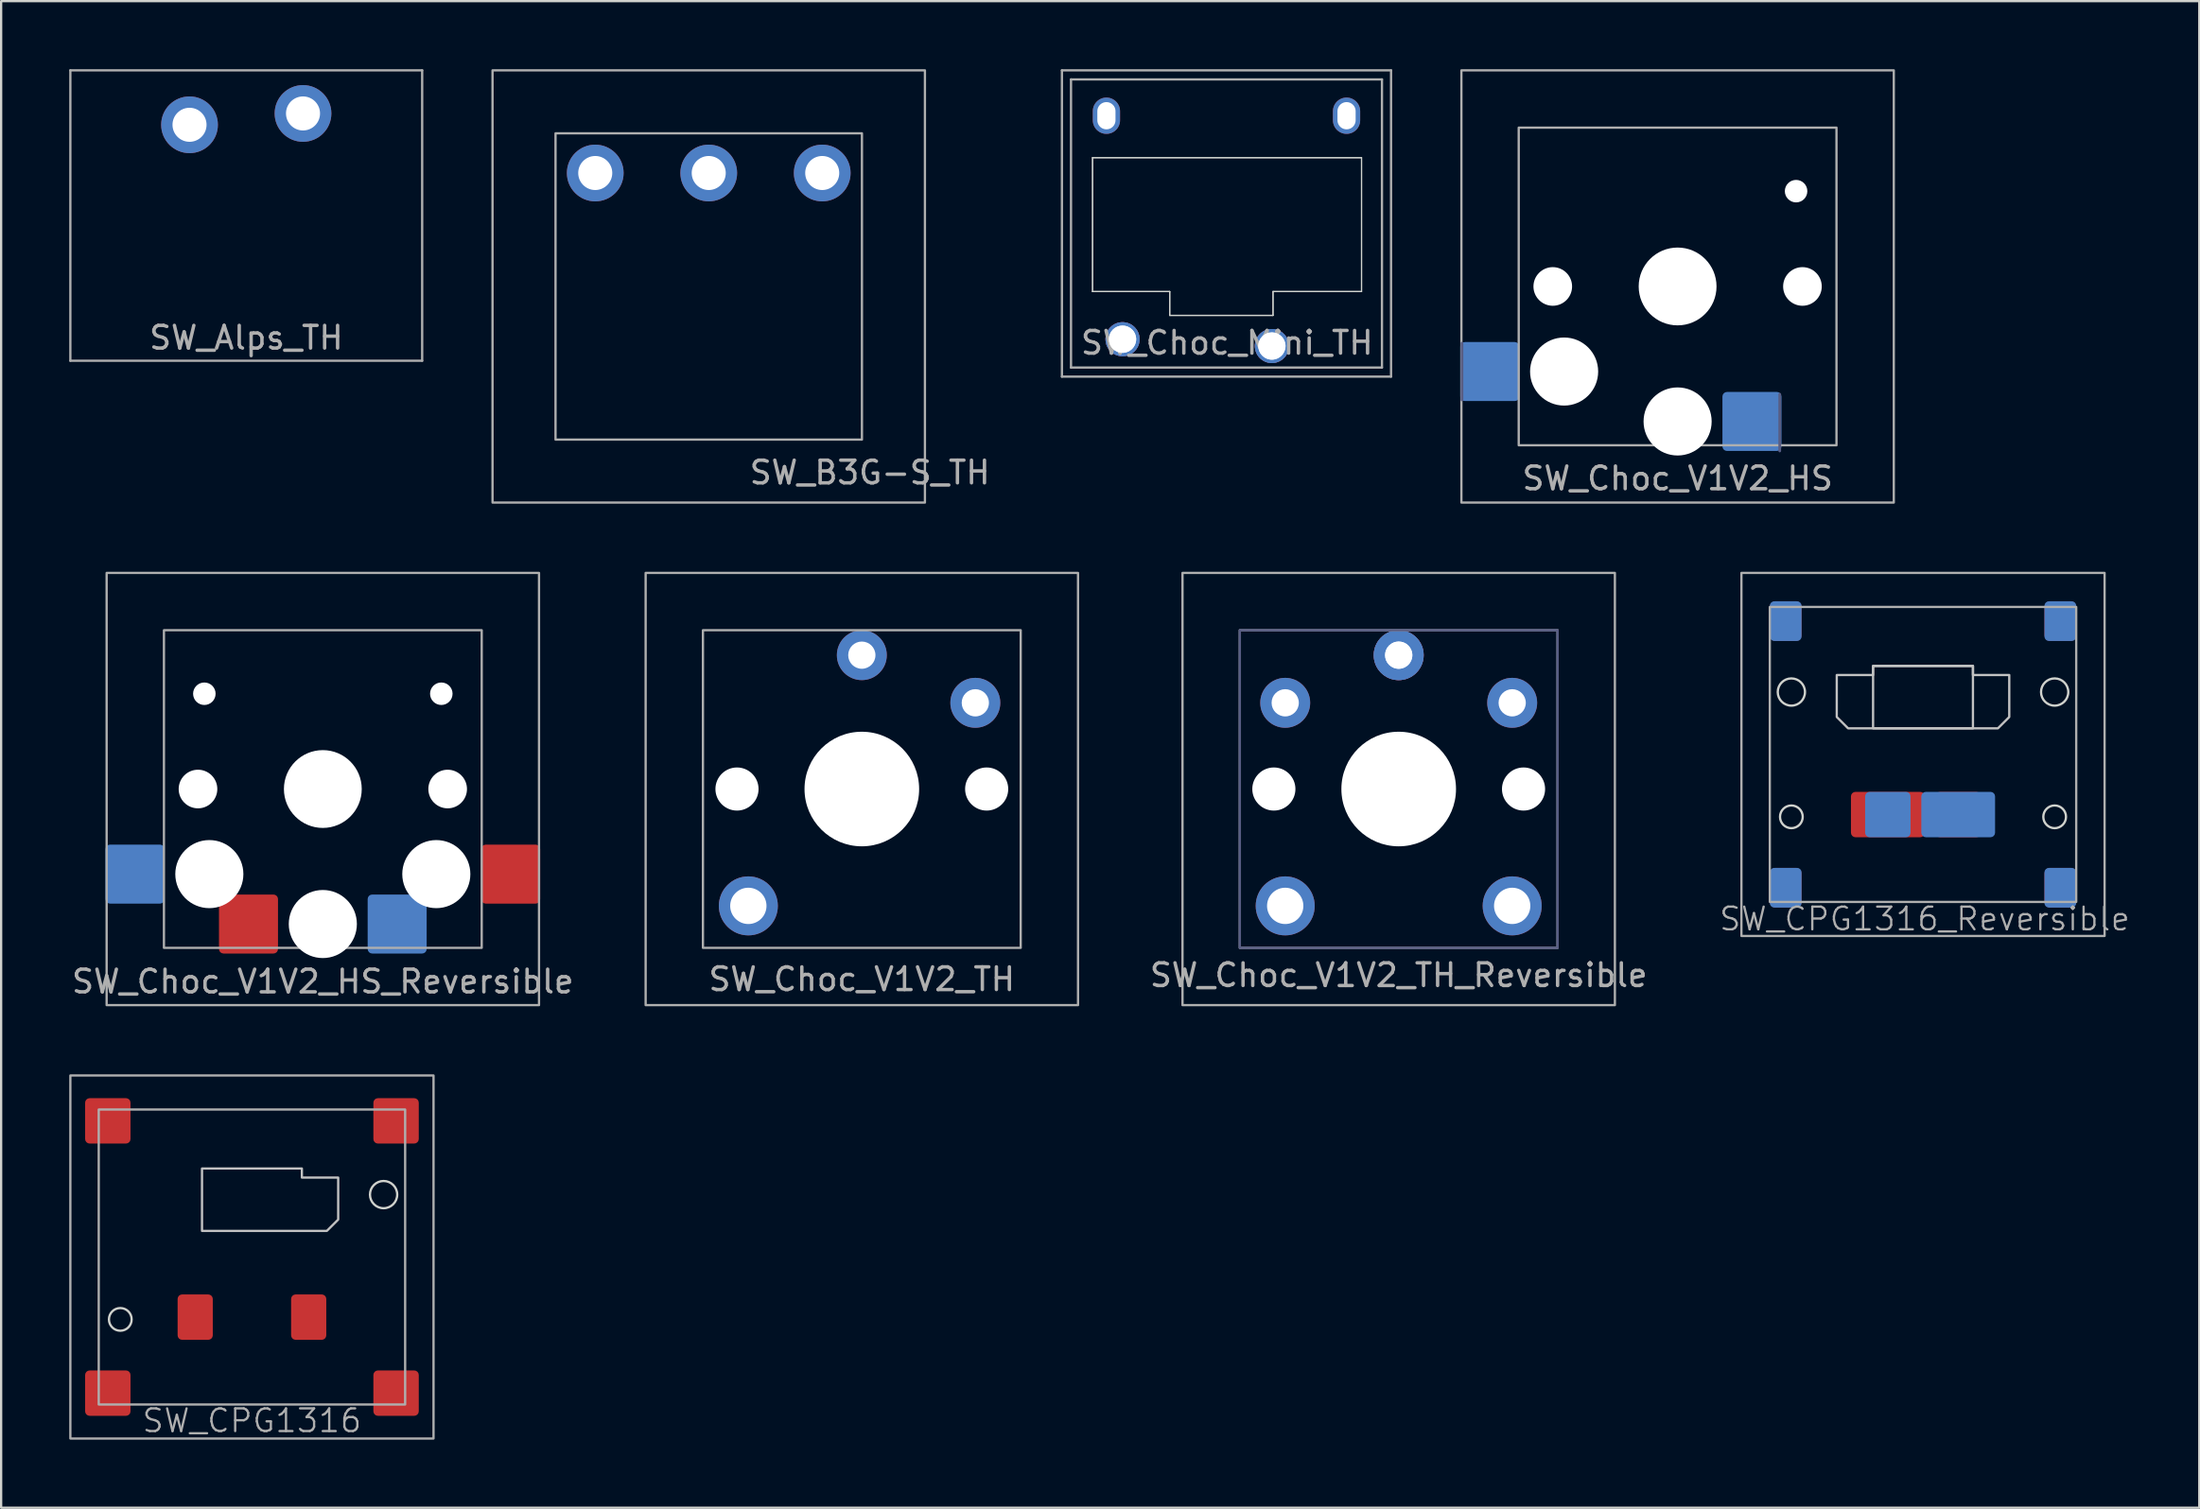
<source format=kicad_pcb>
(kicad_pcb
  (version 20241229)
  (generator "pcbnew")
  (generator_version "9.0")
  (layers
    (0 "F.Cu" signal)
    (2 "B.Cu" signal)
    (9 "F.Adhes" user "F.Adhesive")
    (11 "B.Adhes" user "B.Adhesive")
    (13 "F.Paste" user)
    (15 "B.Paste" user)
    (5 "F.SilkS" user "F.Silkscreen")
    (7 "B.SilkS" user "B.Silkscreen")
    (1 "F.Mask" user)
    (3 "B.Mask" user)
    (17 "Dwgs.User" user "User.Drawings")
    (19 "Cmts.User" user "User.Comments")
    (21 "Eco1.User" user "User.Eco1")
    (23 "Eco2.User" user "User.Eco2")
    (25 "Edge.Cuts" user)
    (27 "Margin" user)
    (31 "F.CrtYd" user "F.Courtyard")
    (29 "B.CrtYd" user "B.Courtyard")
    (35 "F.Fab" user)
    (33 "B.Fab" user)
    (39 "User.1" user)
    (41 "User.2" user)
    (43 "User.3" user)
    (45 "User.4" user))
  (footprint "SW_Alps_TH"
    (layer "F.Cu")
    (at 7.8 6.45)
    (property "Reference" "SW_Alps_TH" (at 0 5.385 0) (layer "F.Fab") (effects (font (size 1 1) (thickness 0.15))))
    (attr through_hole)
    (fp_line (start -7.75 -6.4) (end -7.75 6.4) (stroke (width 0.1) (type solid)) (layer "Eco1.User"))
    (fp_line (start -7.75 6.4) (end 7.75 6.4) (stroke (width 0.1) (type solid)) (layer "Eco1.User"))
    (fp_line (start 7.75 -6.4) (end -7.75 -6.4) (stroke (width 0.1) (type solid)) (layer "Eco1.User"))
    (fp_line (start 7.75 6.4) (end 7.75 -6.4) (stroke (width 0.1) (type solid)) (layer "Eco1.User"))
    (fp_line (start -7.75 -6.4) (end -7.75 6.4) (stroke (width 0.1) (type solid)) (layer "F.Fab"))
    (fp_line (start -7.75 6.4) (end 7.75 6.4) (stroke (width 0.1) (type solid)) (layer "F.Fab"))
    (fp_line (start 7.75 -6.4) (end -7.75 -6.4) (stroke (width 0.1) (type solid)) (layer "F.Fab"))
    (fp_line (start 7.75 6.4) (end 7.75 -6.4) (stroke (width 0.1) (type solid)) (layer "F.Fab"))
    (pad "1" thru_hole circle (at -2.5 -4) (size 2.5 2.5) (drill 1.5) (layers "*.Cu" "*.Mask"))
    (pad "2" thru_hole circle (at 2.5 -4.5) (size 2.5 2.5) (drill 1.5) (layers "*.Cu" "*.Mask")))
  (footprint "SW_Choc_V1V2_HS"
    (layer "F.Cu")
    (at 70.861 9.575)
    (property "Reference" "SW_Choc_V1V2_HS" (at 0 8.458 0) (layer "F.Fab") (effects (font (size 1 1) (thickness 0.15))))
    (attr smd)
    (fp_line (start -9.5 5) (end -9.5 2.5) (stroke (width 0.12) (type solid)) (layer "B.Fab"))
    (fp_line (start 4.5 4.75) (end 4.5 7.25) (stroke (width 0.12) (type solid)) (layer "B.Fab"))
    (fp_rect (start -9.525 -9.525) (end 9.525 9.525) (stroke (width 0.1) (type solid)) (fill no) (layer "F.Fab"))
    (fp_rect (start -7 -7) (end 7 7) (stroke (width 0.1) (type solid)) (fill no) (layer "F.Fab"))
    (pad "" np_thru_hole circle (at -5.5 0) (size 1.702 1.702) (drill 1.702) (layers "*.Cu" "*.Mask"))
    (pad "" np_thru_hole circle (at -5 3.75) (size 3 3) (drill 3) (layers "*.Cu" "*.Mask"))
    (pad "" np_thru_hole circle (at 0 0) (size 3.429 3.429) (drill 3.429) (layers "*.Cu" "*.Mask"))
    (pad "" np_thru_hole circle (at 0 5.95) (size 3 3) (drill 3) (layers "*.Cu" "*.Mask"))
    (pad "" np_thru_hole circle (at 5.22 -4.2) (size 0.991 0.991) (drill 0.991) (layers "*.Cu" "*.Mask"))
    (pad "" np_thru_hole circle (at 5.5 0) (size 1.702 1.702) (drill 1.702) (layers "*.Cu" "*.Mask"))
    (pad "1" smd roundrect (at 3.275 5.95) (size 2.6 2.6) (layers "B.Cu" "B.Mask" "B.Paste") (roundrect_rratio 0.077))
    (pad "2" smd roundrect (at -8.275 3.75) (size 2.6 2.6) (layers "B.Cu" "B.Mask" "B.Paste") (roundrect_rratio 0.077)))
  (footprint "SW_Choc_V1V2_TH"
    (layer "F.Cu")
    (at 34.92 31.725)
    (property "Reference" "SW_Choc_V1V2_TH" (at 0 8.382 0) (layer "F.Fab") (effects (font (size 1 1) (thickness 0.15))))
    (attr through_hole)
    (fp_rect (start -9.525 -9.525) (end 9.525 9.525) (stroke (width 0.1) (type solid)) (fill no) (layer "F.Fab"))
    (fp_rect (start -7 -7) (end 7 7) (stroke (width 0.1) (type solid)) (fill no) (layer "F.Fab"))
    (pad "" np_thru_hole circle (at -5.5 0) (size 1.9 1.9) (drill 1.9) (layers "*.Cu" "*.Mask"))
    (pad "" thru_hole circle (at -5 5.15) (size 2.6 2.6) (drill 1.6) (layers "*.Cu" "*.Mask"))
    (pad "" np_thru_hole circle (at 0 0) (size 5.05 5.05) (drill 5.05) (layers "*.Cu" "*.Mask"))
    (pad "" np_thru_hole circle (at 5.5 0) (size 1.9 1.9) (drill 1.9) (layers "*.Cu" "*.Mask"))
    (pad "1" thru_hole circle (at 0 -5.9) (size 2.2 2.2) (drill 1.2) (layers "*.Cu" "*.Mask"))
    (pad "2" thru_hole circle (at 5 -3.8) (size 2.2 2.2) (drill 1.2) (layers "*.Cu" "*.Mask")))
  (footprint "SW_CPG1316"
    (layer "F.Cu")
    (at 8.05 52.35)
    (property "Reference" "SW_CPG1316" (at 0 7.214 0) (unlocked yes) (layer "F.Fab") (effects (font (size 1 1) (thickness 0.1))))
    (attr smd)
    (fp_poly (pts (xy 3.8 -3.5) (xy 3.8 -1.65) (xy 3.3 -1.15) (xy -2.2 -1.15) (xy -2.2 -3.9) (xy 2.2 -3.9) (xy 2.2 -3.5)) (stroke (width 0.1) (type solid)) (fill no) (layer "Dwgs.User"))
    (fp_circle (center -5.8 2.75) (end -5.3 2.75) (stroke (width 0.1) (type default)) (fill no) (layer "Edge.Cuts"))
    (fp_circle (center 5.8 -2.75) (end 6.4 -2.75) (stroke (width 0.1) (type default)) (fill no) (layer "Edge.Cuts"))
    (fp_rect (start -8 8) (end 8 -8) (stroke (width 0.1) (type default)) (fill no) (layer "F.Fab"))
    (fp_rect (start -6.75 -6.5) (end 6.75 6.5) (stroke (width 0.1) (type default)) (fill no) (layer "F.Fab"))
    (pad "1" smd roundrect (at -2.5 2.65) (size 1.55 2) (layers "F.Cu" "F.Mask" "F.Paste") (roundrect_rratio 0.129))
    (pad "2" smd roundrect (at 2.5 2.65) (size 1.55 2) (layers "F.Cu" "F.Mask" "F.Paste") (roundrect_rratio 0.129))
    (pad "3" smd roundrect (at -6.35 -6) (size 2 2) (layers "F.Cu" "F.Mask" "F.Paste") (roundrect_rratio 0.1))
    (pad "3" smd roundrect (at -6.35 6) (size 2 2) (layers "F.Cu" "F.Mask" "F.Paste") (roundrect_rratio 0.1))
    (pad "3" smd roundrect (at 6.35 -6) (size 2 2) (layers "F.Cu" "F.Mask" "F.Paste") (roundrect_rratio 0.1))
    (pad "3" smd roundrect (at 6.35 6) (size 2 2) (layers "F.Cu" "F.Mask" "F.Paste") (roundrect_rratio 0.1)))
  (footprint "SW_Choc_V1V2_TH_Reversible"
    (layer "F.Cu")
    (at 58.573 31.725)
    (property "Reference" "SW_Choc_V1V2_TH_Reversible" (at 0 8.204 0) (layer "F.Fab") (effects (font (size 1 1) (thickness 0.15))))
    (attr through_hole)
    (fp_rect (start -7 -7) (end 7 7) (stroke (width 0.1) (type solid)) (fill no) (layer "B.Fab"))
    (fp_rect (start -9.525 -9.525) (end 9.525 9.525) (stroke (width 0.1) (type solid)) (fill no) (layer "F.Fab"))
    (fp_rect (start -7 -7) (end 7 7) (stroke (width 0.1) (type solid)) (fill no) (layer "F.Fab"))
    (pad "" np_thru_hole circle (at -5.5 0) (size 1.9 1.9) (drill 1.9) (layers "*.Cu" "*.Mask"))
    (pad "" thru_hole circle (at -5 5.15) (size 2.6 2.6) (drill 1.6) (layers "*.Cu" "*.Mask"))
    (pad "" np_thru_hole circle (at 0 0) (size 5.05 5.05) (drill 5.05) (layers "*.Cu" "*.Mask"))
    (pad "" thru_hole circle (at 5 5.15) (size 2.6 2.6) (drill 1.6) (layers "*.Cu" "*.Mask"))
    (pad "" np_thru_hole circle (at 5.5 0) (size 1.9 1.9) (drill 1.9) (layers "*.Cu" "*.Mask"))
    (pad "1" thru_hole circle (at 0 -5.9) (size 2.2 2.2) (drill 1.2) (layers "*.Cu" "*.Mask"))
    (pad "1" thru_hole circle (at 0 -5.9) (size 2.2 2.2) (drill 1.2) (layers "*.Cu" "*.Mask"))
    (pad "2" thru_hole circle (at -5 -3.8) (size 2.2 2.2) (drill 1.2) (layers "*.Cu" "*.Mask"))
    (pad "2" thru_hole circle (at 5 -3.8) (size 2.2 2.2) (drill 1.2) (layers "*.Cu" "*.Mask")))
  (footprint "SW_Choc_Mini_TH"
    (layer "F.Cu")
    (at 50.986 6.8)
    (property "Reference" "SW_Choc_Mini_TH" (at 0.025 5.258 0) (layer "F.Fab") (effects (font (size 1 1) (thickness 0.15))))
    (attr through_hole)
    (fp_line (start -5.9 -2.9) (end -5.9 3) (stroke (width 0.05) (type solid)) (layer "Edge.Cuts"))
    (fp_line (start -5.9 -2.9) (end -5.9 3) (stroke (width 0.05) (type solid)) (layer "Edge.Cuts"))
    (fp_line (start -5.9 3) (end -2.5 3) (stroke (width 0.05) (type solid)) (layer "Edge.Cuts"))
    (fp_line (start -5.9 3) (end -2.5 3) (stroke (width 0.05) (type solid)) (layer "Edge.Cuts"))
    (fp_line (start -2.5 3) (end -2.5 4.05) (stroke (width 0.05) (type solid)) (layer "Edge.Cuts"))
    (fp_line (start -2.5 3) (end -2.5 4.05) (stroke (width 0.05) (type solid)) (layer "Edge.Cuts"))
    (fp_line (start -2.5 4.05) (end 2.05 4.05) (stroke (width 0.05) (type solid)) (layer "Edge.Cuts"))
    (fp_line (start -2.5 4.05) (end 2.05 4.05) (stroke (width 0.05) (type solid)) (layer "Edge.Cuts"))
    (fp_line (start 2.05 3) (end 5.95 3) (stroke (width 0.05) (type solid)) (layer "Edge.Cuts"))
    (fp_line (start 2.05 3) (end 5.95 3) (stroke (width 0.05) (type solid)) (layer "Edge.Cuts"))
    (fp_line (start 2.05 4.05) (end 2.05 3) (stroke (width 0.05) (type solid)) (layer "Edge.Cuts"))
    (fp_line (start 2.05 4.05) (end 2.05 3) (stroke (width 0.05) (type solid)) (layer "Edge.Cuts"))
    (fp_line (start 5.95 -2.9) (end -5.9 -2.9) (stroke (width 0.05) (type solid)) (layer "Edge.Cuts"))
    (fp_line (start 5.95 -2.9) (end -5.9 -2.9) (stroke (width 0.05) (type solid)) (layer "Edge.Cuts"))
    (fp_line (start 5.95 3) (end 5.95 -2.9) (stroke (width 0.05) (type solid)) (layer "Edge.Cuts"))
    (fp_line (start 5.95 3) (end 5.95 -2.9) (stroke (width 0.05) (type solid)) (layer "Edge.Cuts"))
    (fp_line (start -7.25 -6.75) (end -7.25 6.75) (stroke (width 0.1) (type solid)) (layer "F.Fab"))
    (fp_line (start -7.25 6.75) (end 7.25 6.75) (stroke (width 0.1) (type solid)) (layer "F.Fab"))
    (fp_line (start -6.85 -6.35) (end -6.85 6.35) (stroke (width 0.1) (type solid)) (layer "F.Fab"))
    (fp_line (start -6.85 6.35) (end 6.85 6.35) (stroke (width 0.1) (type solid)) (layer "F.Fab"))
    (fp_line (start 6.85 -6.35) (end -6.85 -6.35) (stroke (width 0.1) (type solid)) (layer "F.Fab"))
    (fp_line (start 6.85 6.35) (end 6.85 -6.35) (stroke (width 0.1) (type solid)) (layer "F.Fab"))
    (fp_line (start 7.25 -6.75) (end -7.25 -6.75) (stroke (width 0.1) (type solid)) (layer "F.Fab"))
    (fp_line (start 7.25 6.75) (end 7.25 -6.75) (stroke (width 0.1) (type solid)) (layer "F.Fab"))
    (pad "" np_thru_hole oval (at -5.29 -4.75) (size 1.2 1.6) (drill oval 0.8 1.2) (layers "*.Cu" "*.Mask"))
    (pad "" np_thru_hole oval (at 5.29 -4.75) (size 1.2 1.6) (drill oval 0.8 1.2) (layers "*.Cu" "*.Mask"))
    (pad "1" thru_hole circle (at 2 5.4) (size 1.5 1.5) (drill 1.2) (layers "*.Cu" "*.Mask"))
    (pad "1" thru_hole circle (at 2 5.4) (size 1.5 1.5) (drill 1.2) (layers "*.Cu" "*.Mask"))
    (pad "2" thru_hole circle (at -4.58 5.1) (size 1.5 1.5) (drill 1.2) (layers "*.Cu" "*.Mask"))
    (pad "2" thru_hole circle (at -4.58 5.1) (size 1.5 1.5) (drill 1.2) (layers "*.Cu" "*.Mask")))
  (footprint "SW_CPG1316_Reversible"
    (layer "F.Cu")
    (at 81.673 30.2)
    (property "Reference" "SW_CPG1316_Reversible" (at 0.075 7.25 0) (unlocked yes) (layer "F.Fab") (effects (font (size 1 1) (thickness 0.1))))
    (attr smd)
    (fp_poly (pts (xy -3.8 -3.5) (xy -3.8 -1.65) (xy -3.3 -1.15) (xy 2.2 -1.15) (xy 2.2 -3.9) (xy -2.2 -3.9) (xy -2.2 -3.5)) (stroke (width 0.1) (type solid)) (fill no) (layer "Dwgs.User"))
    (fp_poly (pts (xy 3.8 -3.5) (xy 3.8 -1.65) (xy 3.3 -1.15) (xy -2.2 -1.15) (xy -2.2 -3.9) (xy 2.2 -3.9) (xy 2.2 -3.5)) (stroke (width 0.1) (type solid)) (fill no) (layer "Dwgs.User"))
    (fp_circle (center -5.8 -2.75) (end -5.2 -2.75) (stroke (width 0.1) (type default)) (fill no) (layer "Edge.Cuts"))
    (fp_circle (center -5.8 2.75) (end -5.3 2.75) (stroke (width 0.1) (type default)) (fill no) (layer "Edge.Cuts"))
    (fp_circle (center 5.8 -2.75) (end 6.4 -2.75) (stroke (width 0.1) (type default)) (fill no) (layer "Edge.Cuts"))
    (fp_circle (center 5.8 2.75) (end 6.3 2.75) (stroke (width 0.1) (type default)) (fill no) (layer "Edge.Cuts"))
    (fp_rect (start -8 8) (end 8 -8) (stroke (width 0.1) (type default)) (fill no) (layer "F.Fab"))
    (fp_rect (start -6.75 -6.5) (end 6.75 6.5) (stroke (width 0.1) (type default)) (fill no) (layer "F.Fab"))
    (pad "1" smd roundrect (at -1.55 2.65) (size 2 2) (layers "B.Cu" "B.Mask" "B.Paste") (roundrect_rratio 0.1))
    (pad "1" smd roundrect (at -1.55 2.65) (size 3.25 2) (layers "F.Cu" "F.Mask" "F.Paste") (roundrect_rratio 0.1))
    (pad "2" smd roundrect (at 1.55 2.65) (size 2 2) (layers "F.Cu" "F.Mask" "F.Paste") (roundrect_rratio 0.1))
    (pad "2" smd roundrect (at 1.55 2.65) (size 3.25 2) (layers "B.Cu" "B.Mask" "B.Paste") (roundrect_rratio 0.1))
    (pad "3" smd roundrect (at -6.05 -5.875) (size 1.4 1.75) (layers "F.Cu" "F.Mask" "F.Paste") (roundrect_rratio 0.179))
    (pad "3" smd roundrect (at -6.05 -5.875) (size 1.4 1.75) (layers "B.Cu" "B.Mask" "B.Paste") (roundrect_rratio 0.143))
    (pad "3" smd roundrect (at -6.05 5.875) (size 1.4 1.75) (layers "F.Cu" "F.Mask" "F.Paste") (roundrect_rratio 0.179))
    (pad "3" smd roundrect (at -6.05 5.875) (size 1.4 1.75) (layers "B.Cu" "B.Mask" "B.Paste") (roundrect_rratio 0.143))
    (pad "3" smd roundrect (at 6.05 -5.875) (size 1.4 1.75) (layers "F.Cu" "F.Mask" "F.Paste") (roundrect_rratio 0.179))
    (pad "3" smd roundrect (at 6.05 -5.875) (size 1.4 1.75) (layers "B.Cu" "B.Mask" "B.Paste") (roundrect_rratio 0.143))
    (pad "3" smd roundrect (at 6.05 5.875) (size 1.4 1.75) (layers "F.Cu" "F.Mask" "F.Paste") (roundrect_rratio 0.179))
    (pad "3" smd roundrect (at 6.05 5.875) (size 1.4 1.75) (layers "B.Cu" "B.Mask" "B.Paste") (roundrect_rratio 0.143)))
  (footprint "SW_B3G-S_TH"
    (layer "F.Cu")
    (at 28.175 9.575)
    (property "Reference" "SW_B3G-S_TH" (at 7.1 8.2 0) (layer "F.Fab") (effects (font (size 1 1) (thickness 0.15))))
    (attr through_hole)
    (fp_rect (start -9.525 -9.525) (end 9.525 9.525) (stroke (width 0.1) (type solid)) (fill no) (layer "F.Fab"))
    (fp_rect (start -6.75 -6.75) (end 6.75 6.75) (stroke (width 0.1) (type solid)) (fill no) (layer "F.Fab"))
    (pad "1" thru_hole circle (at -5 -5 180) (size 2.5 2.5) (drill 1.5) (layers "*.Cu" "B.Mask"))
    (pad "1" thru_hole circle (at 5 -5 180) (size 2.5 2.5) (drill 1.5) (layers "*.Cu" "B.Mask"))
    (pad "2" thru_hole circle (at 0 -5 180) (size 2.5 2.5) (drill 1.5) (layers "*.Cu" "B.Mask")))
  (footprint "SW_Choc_V1V2_HS_Reversible"
    (layer "F.Cu")
    (at 11.173 31.725)
    (property "Reference" "SW_Choc_V1V2_HS_Reversible" (at 0 8.484 0) (layer "F.Fab") (effects (font (size 1 1) (thickness 0.15))))
    (attr smd)
    (fp_rect (start -9.525 -9.525) (end 9.525 9.525) (stroke (width 0.1) (type solid)) (fill no) (layer "F.Fab"))
    (fp_rect (start -7 -7) (end 7 7) (stroke (width 0.1) (type solid)) (fill no) (layer "F.Fab"))
    (pad "" np_thru_hole circle (at -5.5 0) (size 1.702 1.702) (drill 1.702) (layers "*.Cu" "*.Mask"))
    (pad "" np_thru_hole circle (at -5.22 -4.2) (size 0.991 0.991) (drill 0.991) (layers "*.Cu" "*.Mask"))
    (pad "" np_thru_hole circle (at -5 3.75) (size 3 3) (drill 3) (layers "*.Cu" "*.Mask"))
    (pad "" np_thru_hole circle (at 0 0) (size 3.429 3.429) (drill 3.429) (layers "*.Cu" "*.Mask"))
    (pad "" np_thru_hole circle (at 0 5.95) (size 3 3) (drill 3) (layers "*.Cu" "*.Mask"))
    (pad "" np_thru_hole circle (at 5 3.75) (size 3 3) (drill 3) (layers "*.Cu" "*.Mask"))
    (pad "" np_thru_hole circle (at 5.22 -4.2) (size 0.991 0.991) (drill 0.991) (layers "*.Cu" "*.Mask"))
    (pad "" np_thru_hole circle (at 5.5 0) (size 1.702 1.702) (drill 1.702) (layers "*.Cu" "*.Mask"))
    (pad "1" smd roundrect (at -3.275 5.95) (size 2.6 2.6) (layers "F.Cu" "F.Mask" "F.Paste") (roundrect_rratio 0.077))
    (pad "1" smd roundrect (at 3.275 5.95) (size 2.6 2.6) (layers "B.Cu" "B.Mask" "B.Paste") (roundrect_rratio 0.077))
    (pad "2" smd roundrect (at -8.275 3.75) (size 2.6 2.6) (layers "B.Cu" "B.Mask" "B.Paste") (roundrect_rratio 0.077))
    (pad "2" smd roundrect (at 8.275 3.75) (size 2.6 2.6) (layers "F.Cu" "F.Mask" "F.Paste") (roundrect_rratio 0.077)))
  (gr_rect
    (start -3 -3)
    (end 93.845 63.4)
    (stroke (width 0.1) (type default))
    (fill no)
    (layer "Edge.Cuts")))
</source>
